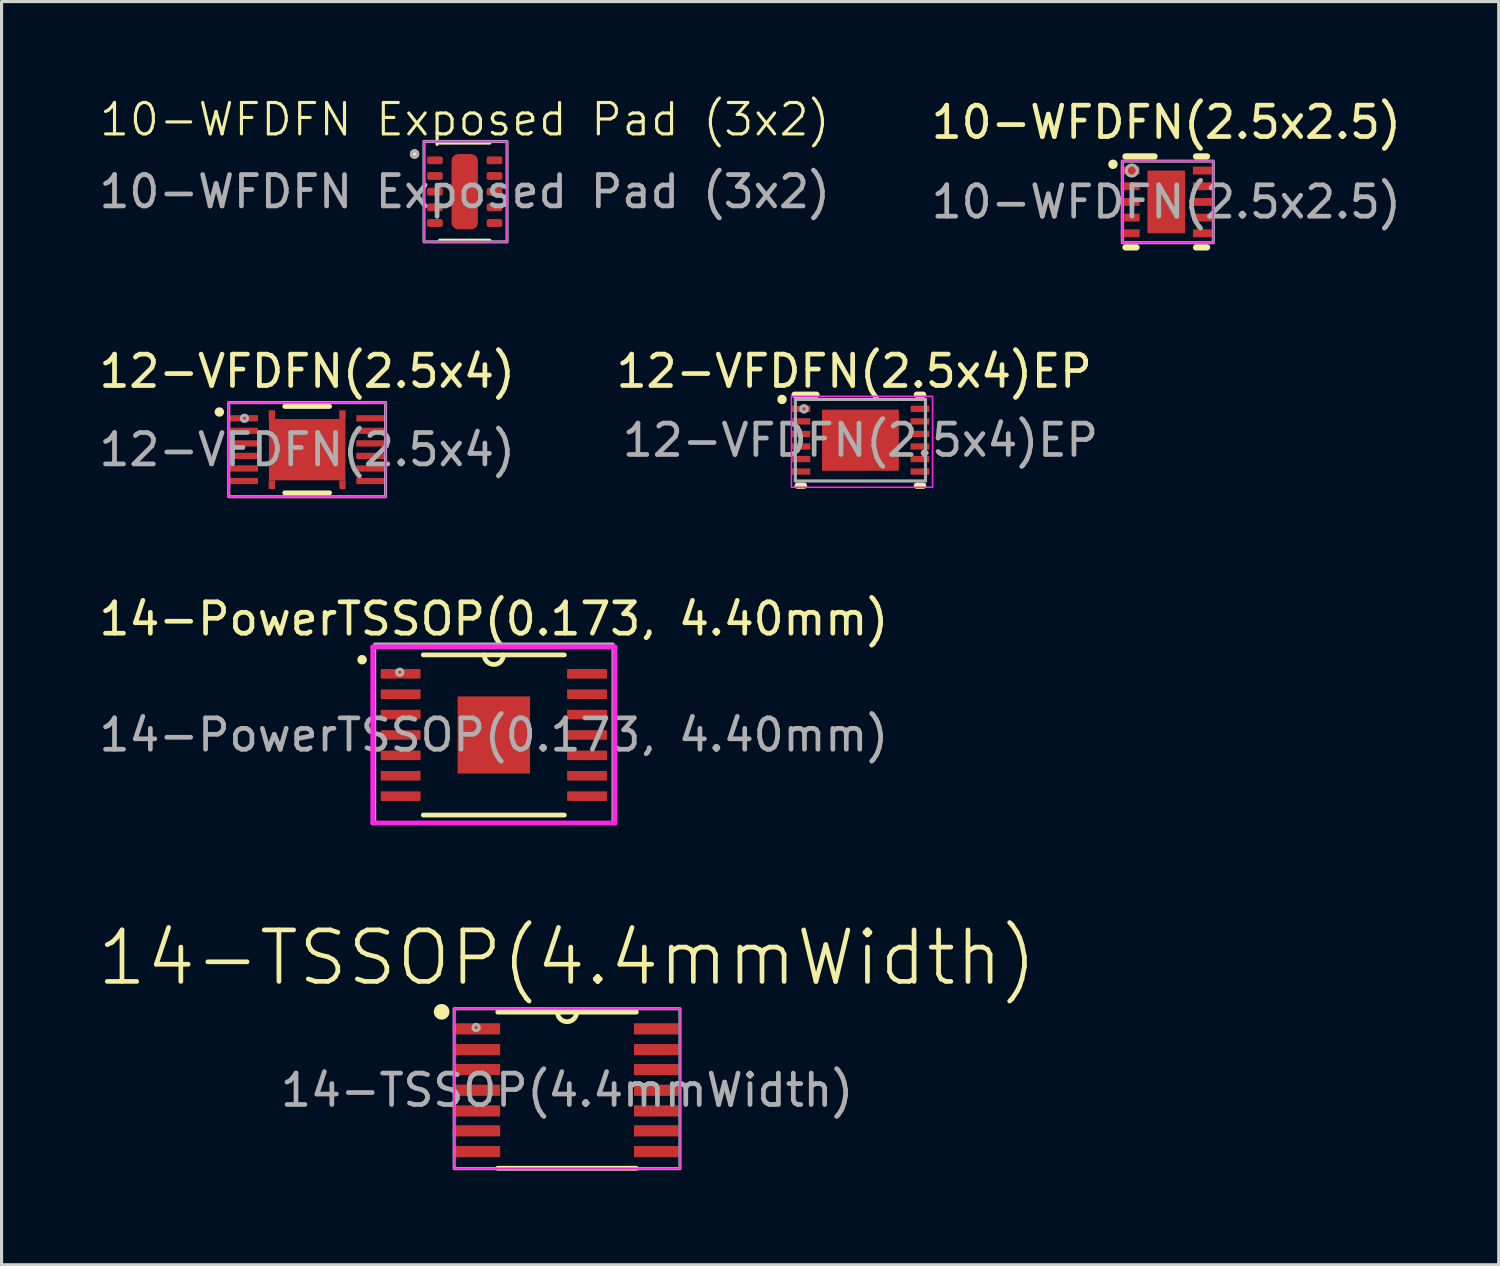
<source format=kicad_pcb>
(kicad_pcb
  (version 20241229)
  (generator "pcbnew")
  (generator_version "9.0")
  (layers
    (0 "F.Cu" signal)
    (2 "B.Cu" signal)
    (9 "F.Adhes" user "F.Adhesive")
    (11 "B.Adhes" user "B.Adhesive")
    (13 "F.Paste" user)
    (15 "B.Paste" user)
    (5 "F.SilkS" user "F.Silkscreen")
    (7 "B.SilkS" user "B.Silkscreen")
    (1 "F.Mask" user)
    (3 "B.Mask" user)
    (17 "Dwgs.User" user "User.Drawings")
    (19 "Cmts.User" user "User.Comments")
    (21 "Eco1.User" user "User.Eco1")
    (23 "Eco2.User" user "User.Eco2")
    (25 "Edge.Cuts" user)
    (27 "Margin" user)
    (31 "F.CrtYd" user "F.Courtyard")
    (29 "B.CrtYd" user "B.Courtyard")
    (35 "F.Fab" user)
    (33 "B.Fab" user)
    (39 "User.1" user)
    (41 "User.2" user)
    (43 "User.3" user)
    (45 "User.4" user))
  (footprint "14-TSSOP(4.4mmWidth)"
    (layer "F.Cu")
    (at 15.031 31.712)
    (property "Reference" "14-TSSOP(4.4mmWidth)" (at 0 -4.221 0) (layer "F.SilkS") (effects (font (size 1.642 1.642) (thickness 0.15))))
    (attr smd)
    (fp_line (start -2.21 2.489) (end 2.21 2.489) (stroke (width 0.152) (type solid)) (layer "F.SilkS"))
    (fp_line (start -0.305 -2.489) (end -2.21 -2.489) (stroke (width 0.152) (type solid)) (layer "F.SilkS"))
    (fp_line (start 0.305 -2.489) (end -0.305 -2.489) (stroke (width 0.152) (type solid)) (layer "F.SilkS"))
    (fp_line (start 2.21 -2.489) (end 0.305 -2.489) (stroke (width 0.152) (type solid)) (layer "F.SilkS"))
    (fp_arc (start 0.3048 -2.4892) (mid 0 -2.1844) (end -0.3048 -2.4892) (stroke (width 0.1524) (type solid)) (layer "F.SilkS"))
    (fp_circle (center -4 -2.5) (end -3.8 -2.5) (stroke (width 0.1) (type solid)) (fill yes) (layer "F.SilkS"))
    (fp_rect (start -3.6 -2.6) (end 3.6 2.5) (stroke (width 0.05) (type default)) (fill no) (layer "F.CrtYd"))
    (fp_rect (start -3.6 -2.6) (end 3.6 2.5) (stroke (width 0.1) (type default)) (fill no) (layer "F.Fab"))
    (fp_circle (center -2.9 -2) (end -2.8 -2) (stroke (width 0.1) (type solid)) (fill no) (layer "F.Fab"))
    (fp_text user "${REFERENCE}" (at 0 0 0) (unlocked yes) (layer "F.Fab") (effects (font (size 1 1) (thickness 0.15))))
    (pad "1" smd rect (at -2.845 -1.956) (size 1.422 0.356) (layers "F.Cu" "F.Mask" "F.Paste"))
    (pad "2" smd rect (at -2.845 -1.295) (size 1.422 0.356) (layers "F.Cu" "F.Mask" "F.Paste"))
    (pad "3" smd rect (at -2.845 -0.66) (size 1.422 0.356) (layers "F.Cu" "F.Mask" "F.Paste"))
    (pad "4" smd rect (at -2.845 0) (size 1.422 0.356) (layers "F.Cu" "F.Mask" "F.Paste"))
    (pad "5" smd rect (at -2.845 0.66) (size 1.422 0.356) (layers "F.Cu" "F.Mask" "F.Paste"))
    (pad "6" smd rect (at -2.845 1.295) (size 1.422 0.356) (layers "F.Cu" "F.Mask" "F.Paste"))
    (pad "7" smd rect (at -2.845 1.956) (size 1.422 0.356) (layers "F.Cu" "F.Mask" "F.Paste"))
    (pad "8" smd rect (at 2.845 1.956) (size 1.422 0.356) (layers "F.Cu" "F.Mask" "F.Paste"))
    (pad "9" smd rect (at 2.845 1.295) (size 1.422 0.356) (layers "F.Cu" "F.Mask" "F.Paste"))
    (pad "10" smd rect (at 2.845 0.66) (size 1.422 0.356) (layers "F.Cu" "F.Mask" "F.Paste"))
    (pad "11" smd rect (at 2.845 0) (size 1.422 0.356) (layers "F.Cu" "F.Mask" "F.Paste"))
    (pad "12" smd rect (at 2.845 -0.66) (size 1.422 0.356) (layers "F.Cu" "F.Mask" "F.Paste"))
    (pad "13" smd rect (at 2.845 -1.295) (size 1.422 0.356) (layers "F.Cu" "F.Mask" "F.Paste"))
    (pad "14" smd rect (at 2.845 -1.956) (size 1.422 0.356) (layers "F.Cu" "F.Mask" "F.Paste")))
  (footprint "12-VFDFN(2.5x4)EP"
    (layer "F.Cu")
    (at 24.385 10.986)
    (property "Reference" "12-VFDFN(2.5x4)EP" (at -0.2 -2.2 0) (unlocked yes) (layer "F.SilkS") (effects (font (size 1 1) (thickness 0.15))))
    (attr smd)
    (fp_line (start -2.1 -1.45) (end -1.4 -1.45) (stroke (width 0.2) (type solid)) (layer "F.SilkS"))
    (fp_line (start -2 1.45) (end -1.8 1.45) (stroke (width 0.2) (type solid)) (layer "F.SilkS"))
    (fp_line (start 1.8 -1.45) (end 2 -1.45) (stroke (width 0.2) (type solid)) (layer "F.SilkS"))
    (fp_line (start 1.8 1.45) (end 2 1.45) (stroke (width 0.2) (type solid)) (layer "F.SilkS"))
    (fp_circle (center -2.5 -1.3) (end -2.4 -1.3) (stroke (width 0.1) (type solid)) (fill yes) (layer "F.SilkS"))
    (fp_poly (pts (xy -0.1 -0.872) (xy -1.184 -0.872) (xy -1.184 0.872) (xy -0.1 0.872)) (stroke (width 0) (type solid)) (fill yes) (layer "F.Paste"))
    (fp_poly (pts (xy 0.1 0.872) (xy 1.184 0.872) (xy 1.184 -0.872) (xy 0.1 -0.872)) (stroke (width 0) (type solid)) (fill yes) (layer "F.Paste"))
    (fp_rect (start -2.2 -1.4) (end 2.3 1.5) (stroke (width 0.05) (type default)) (fill no) (layer "F.CrtYd"))
    (fp_line (start -2.075 -1.3) (end 2.075 -1.3) (stroke (width 0.1) (type solid)) (layer "F.Fab"))
    (fp_line (start -2.075 1.3) (end -2.075 -1.3) (stroke (width 0.1) (type solid)) (layer "F.Fab"))
    (fp_line (start -2.075 1.3) (end 2.075 1.3) (stroke (width 0.1) (type solid)) (layer "F.Fab"))
    (fp_line (start 2.075 1.3) (end 2.075 -1.3) (stroke (width 0.1) (type solid)) (layer "F.Fab"))
    (fp_circle (center -1.8 -1) (end -1.697 -1) (stroke (width 0.1) (type solid)) (fill no) (layer "F.Fab"))
    (fp_text user "${REFERENCE}" (at 0 0 0) (unlocked yes) (layer "F.Fab") (effects (font (size 1 1) (thickness 0.15))))
    (pad "1" smd rect (at -1.9 -1 90) (size 0.2 0.6) (layers "F.Cu" "F.Mask" "F.Paste"))
    (pad "2" smd rect (at -1.9 -0.6 90) (size 0.2 0.6) (layers "F.Cu" "F.Mask" "F.Paste"))
    (pad "3" smd rect (at -1.9 -0.2 90) (size 0.2 0.6) (layers "F.Cu" "F.Mask" "F.Paste"))
    (pad "4" smd rect (at -1.9 0.2 90) (size 0.2 0.6) (layers "F.Cu" "F.Mask" "F.Paste"))
    (pad "5" smd rect (at -1.9 0.6 90) (size 0.2 0.6) (layers "F.Cu" "F.Mask" "F.Paste"))
    (pad "6" smd rect (at -1.9 1 90) (size 0.2 0.6) (layers "F.Cu" "F.Mask" "F.Paste"))
    (pad "7" smd rect (at 1.9 1 90) (size 0.2 0.6) (layers "F.Cu" "F.Mask" "F.Paste"))
    (pad "8" smd rect (at 1.9 0.6 90) (size 0.2 0.6) (layers "F.Cu" "F.Mask" "F.Paste"))
    (pad "9" smd rect (at 1.9 0.2 90) (size 0.2 0.6) (layers "F.Cu" "F.Mask" "F.Paste"))
    (pad "10" smd rect (at 1.9 -0.2 90) (size 0.2 0.6) (layers "F.Cu" "F.Mask" "F.Paste"))
    (pad "11" smd rect (at 1.9 -0.6 90) (size 0.2 0.6) (layers "F.Cu" "F.Mask" "F.Paste"))
    (pad "12" smd rect (at 1.9 -1 90) (size 0.2 0.6) (layers "F.Cu" "F.Mask" "F.Paste"))
    (pad "13" smd rect (at 0 -0.000003) (size 2.45 1.95) (layers "F.Cu" "F.Mask" "F.Paste")))
  (footprint "14-PowerTSSOP(0.173, 4.40mm)"
    (layer "F.Cu")
    (at 12.696 20.385)
    (property "Reference" "14-PowerTSSOP(0.173, 4.40mm)" (at 0 -3.7 0) (unlocked yes) (layer "F.SilkS") (effects (font (size 1 1) (thickness 0.15))))
    (attr smd)
    (fp_line (start -2.248 2.553) (end 2.248 2.553) (stroke (width 0.152) (type solid)) (layer "F.SilkS"))
    (fp_line (start 2.248 -2.553) (end -2.248 -2.553) (stroke (width 0.152) (type solid)) (layer "F.SilkS"))
    (fp_arc (start 0.3048 -2.5527) (mid 0 -2.2479) (end -0.3048 -2.5527) (stroke (width 0.1524) (type solid)) (layer "F.SilkS"))
    (fp_circle (center -4.2 -2.4) (end -4.1 -2.4) (stroke (width 0.1) (type solid)) (fill yes) (layer "F.SilkS"))
    (fp_line (start -3.861 -2.807) (end 3.861 -2.807) (stroke (width 0.152) (type solid)) (layer "F.CrtYd"))
    (fp_line (start -3.861 2.807) (end -3.861 -2.807) (stroke (width 0.152) (type solid)) (layer "F.CrtYd"))
    (fp_line (start 3.861 -2.807) (end 3.861 2.807) (stroke (width 0.152) (type solid)) (layer "F.CrtYd"))
    (fp_line (start 3.861 2.807) (end -3.861 2.807) (stroke (width 0.152) (type solid)) (layer "F.CrtYd"))
    (fp_rect (start -3.8 -2.9) (end 3.8 2.8) (stroke (width 0.1) (type default)) (fill no) (layer "F.Fab"))
    (fp_circle (center -3 -2) (end -2.9 -2) (stroke (width 0.1) (type solid)) (fill no) (layer "F.Fab"))
    (fp_text user "${REFERENCE}" (at 0 0 0) (unlocked yes) (layer "F.Fab") (effects (font (size 1 1) (thickness 0.15))))
    (pad "1" smd rect (at -2.972 -1.95) (size 1.27 0.305) (layers "F.Cu" "F.Mask" "F.Paste"))
    (pad "2" smd rect (at -2.972 -1.3) (size 1.27 0.305) (layers "F.Cu" "F.Mask" "F.Paste"))
    (pad "3" smd rect (at -2.972 -0.65) (size 1.27 0.305) (layers "F.Cu" "F.Mask" "F.Paste"))
    (pad "4" smd rect (at -2.972 0) (size 1.27 0.305) (layers "F.Cu" "F.Mask" "F.Paste"))
    (pad "5" smd rect (at -2.972 0.65) (size 1.27 0.305) (layers "F.Cu" "F.Mask" "F.Paste"))
    (pad "6" smd rect (at -2.972 1.3) (size 1.27 0.305) (layers "F.Cu" "F.Mask" "F.Paste"))
    (pad "7" smd rect (at -2.972 1.95) (size 1.27 0.305) (layers "F.Cu" "F.Mask" "F.Paste"))
    (pad "8" smd rect (at 2.972 1.95) (size 1.27 0.305) (layers "F.Cu" "F.Mask" "F.Paste"))
    (pad "9" smd rect (at 2.972 1.3) (size 1.27 0.305) (layers "F.Cu" "F.Mask" "F.Paste"))
    (pad "10" smd rect (at 2.972 0.65) (size 1.27 0.305) (layers "F.Cu" "F.Mask" "F.Paste"))
    (pad "11" smd rect (at 2.972 0) (size 1.27 0.305) (layers "F.Cu" "F.Mask" "F.Paste"))
    (pad "12" smd rect (at 2.972 -0.65) (size 1.27 0.305) (layers "F.Cu" "F.Mask" "F.Paste"))
    (pad "13" smd rect (at 2.972 -1.3) (size 1.27 0.305) (layers "F.Cu" "F.Mask" "F.Paste"))
    (pad "14" smd rect (at 2.972 -1.95) (size 1.27 0.305) (layers "F.Cu" "F.Mask" "F.Paste"))
    (pad "15" smd rect (at 0 0) (size 2.31 2.46) (layers "F.Cu" "F.Mask" "F.Paste")))
  (footprint "10-WFDFN(2.5x2.5)"
    (layer "F.Cu")
    (at 34.137 3.388)
    (property "Reference" "10-WFDFN(2.5x2.5)" (at 0 -2.54 0) (unlocked yes) (layer "F.SilkS") (effects (font (size 1 1) (thickness 0.15))))
    (attr smd)
    (fp_poly (pts (xy -0.663 -0.594) (xy -0.663 -1.064) (xy 0.663 -1.064) (xy 0.663 -0.594)) (stroke (width 0) (type solid)) (fill yes) (layer "F.Mask"))
    (fp_poly (pts (xy -0.663 0.194) (xy -0.663 -0.194) (xy 0.663 -0.194) (xy 0.663 0.194)) (stroke (width 0) (type solid)) (fill yes) (layer "F.Mask"))
    (fp_poly (pts (xy -0.663 1.064) (xy -0.663 -1.064) (xy -0.2 -1.064) (xy -0.2 1.064)) (stroke (width 0) (type solid)) (fill yes) (layer "F.Mask"))
    (fp_poly (pts (xy -0.663 1.064) (xy -0.663 0.594) (xy 0.663 0.594) (xy 0.663 1.064)) (stroke (width 0) (type solid)) (fill yes) (layer "F.Mask"))
    (fp_poly (pts (xy 0.2 1.064) (xy 0.2 -1.064) (xy 0.663 -1.064) (xy 0.663 1.064)) (stroke (width 0) (type solid)) (fill yes) (layer "F.Mask"))
    (fp_line (start -1.3 -1.45) (end -0.375 -1.45) (stroke (width 0.2) (type solid)) (layer "F.SilkS"))
    (fp_line (start -1.3 1.45) (end -0.95 1.45) (stroke (width 0.2) (type solid)) (layer "F.SilkS"))
    (fp_line (start 0.95 -1.45) (end 1.3 -1.45) (stroke (width 0.2) (type solid)) (layer "F.SilkS"))
    (fp_line (start 0.95 1.45) (end 1.3 1.45) (stroke (width 0.2) (type solid)) (layer "F.SilkS"))
    (fp_circle (center -1.7 -1.2) (end -1.6 -1.2) (stroke (width 0.1) (type solid)) (fill yes) (layer "F.SilkS"))
    (fp_poly (pts (xy -0.563 0.894) (xy 0.563 0.894) (xy 0.563 -0.895) (xy -0.563 -0.895)) (stroke (width 0) (type solid)) (fill yes) (layer "F.Paste"))
    (fp_rect (start -1.4 -1.3) (end 1.5 1.3) (stroke (width 0.05) (type default)) (fill no) (layer "F.CrtYd"))
    (fp_rect (start -1.4 -1.3) (end 1.5 1.3) (stroke (width 0.1) (type default)) (fill no) (layer "F.Fab"))
    (fp_circle (center -1.1 -1) (end -0.925 -1) (stroke (width 0.1) (type solid)) (fill no) (layer "F.Fab"))
    (fp_text user "${REFERENCE}" (at 0 0 0) (unlocked yes) (layer "F.Fab") (effects (font (size 1 1) (thickness 0.15))))
    (pad "1" smd rect (at -1.15 -1 90) (size 0.25 0.6) (layers "F.Cu" "F.Mask" "F.Paste"))
    (pad "2" smd rect (at -1.15 -0.5 90) (size 0.25 0.6) (layers "F.Cu" "F.Mask" "F.Paste"))
    (pad "3" smd rect (at -1.15 -0.000003 90) (size 0.25 0.6) (layers "F.Cu" "F.Mask" "F.Paste"))
    (pad "4" smd rect (at -1.15 0.5 90) (size 0.25 0.6) (layers "F.Cu" "F.Mask" "F.Paste"))
    (pad "5" smd rect (at -1.15 1 90) (size 0.25 0.6) (layers "F.Cu" "F.Mask" "F.Paste"))
    (pad "6" smd rect (at 1.15 1 90) (size 0.25 0.6) (layers "F.Cu" "F.Mask" "F.Paste"))
    (pad "7" smd rect (at 1.15 0.5 90) (size 0.25 0.6) (layers "F.Cu" "F.Mask" "F.Paste"))
    (pad "8" smd rect (at 1.15 -0.000003 90) (size 0.25 0.6) (layers "F.Cu" "F.Mask" "F.Paste"))
    (pad "9" smd rect (at 1.15 -0.5 90) (size 0.25 0.6) (layers "F.Cu" "F.Mask" "F.Paste"))
    (pad "10" smd rect (at 1.15 -1 90) (size 0.25 0.6) (layers "F.Cu" "F.Mask" "F.Paste"))
    (pad "11" smd rect (at 0 0) (size 1.2 2) (layers "F.Cu" "F.Mask" "F.Paste")))
  (footprint "12-VFDFN(2.5x4)"
    (layer "F.Cu")
    (at 6.744 11.287)
    (property "Reference" "12-VFDFN(2.5x4)" (at 0 -2.5 0) (unlocked yes) (layer "F.SilkS") (effects (font (size 1 1) (thickness 0.15))))
    (attr smd)
    (fp_poly (pts (xy -1.228 -0.978) (xy -1.228 -1.257) (xy -1.025 -1.257) (xy -1.025 -0.978)) (stroke (width 0) (type solid)) (fill yes) (layer "F.Cu"))
    (fp_poly (pts (xy -1.228 0.978) (xy -1.228 1.257) (xy -1.025 1.257) (xy -1.025 0.978)) (stroke (width 0) (type solid)) (fill yes) (layer "F.Cu"))
    (fp_poly (pts (xy 1.228 -0.978) (xy 1.228 -1.257) (xy 1.025 -1.257) (xy 1.025 -0.978)) (stroke (width 0) (type solid)) (fill yes) (layer "F.Cu"))
    (fp_poly (pts (xy 1.228 0.978) (xy 1.228 1.257) (xy 1.025 1.257) (xy 1.025 0.978)) (stroke (width 0) (type solid)) (fill yes) (layer "F.Cu"))
    (fp_poly (pts (xy -1.228 -0.978) (xy -1.228 -1.257) (xy -1.025 -1.257) (xy -1.025 -0.978)) (stroke (width 0) (type solid)) (fill yes) (layer "F.Mask"))
    (fp_poly (pts (xy -1.228 0.978) (xy -1.228 1.257) (xy -1.025 1.257) (xy -1.025 0.978)) (stroke (width 0) (type solid)) (fill yes) (layer "F.Mask"))
    (fp_poly (pts (xy 1.228 -0.978) (xy 1.228 -1.257) (xy 1.025 -1.257) (xy 1.025 -0.978)) (stroke (width 0) (type solid)) (fill yes) (layer "F.Mask"))
    (fp_poly (pts (xy 1.228 0.978) (xy 1.228 1.257) (xy 1.025 1.257) (xy 1.025 0.978)) (stroke (width 0) (type solid)) (fill yes) (layer "F.Mask"))
    (fp_line (start -0.715 1.377) (end 0.715 1.377) (stroke (width 0.152) (type solid)) (layer "F.SilkS"))
    (fp_line (start 0.715 -1.377) (end -0.715 -1.377) (stroke (width 0.152) (type solid)) (layer "F.SilkS"))
    (fp_circle (center -2.8 -1.2) (end -2.9 -1.2) (stroke (width 0.1) (type solid)) (fill yes) (layer "F.SilkS"))
    (fp_poly (pts (xy -1.228 -0.978) (xy -1.228 -1.257) (xy -1.025 -1.257) (xy -1.025 -0.978)) (stroke (width 0) (type solid)) (fill yes) (layer "F.Paste"))
    (fp_poly (pts (xy -1.228 0.978) (xy -1.228 1.257) (xy -1.025 1.257) (xy -1.025 0.978)) (stroke (width 0) (type solid)) (fill yes) (layer "F.Paste"))
    (fp_poly (pts (xy 1.228 -0.978) (xy 1.228 -1.257) (xy 1.025 -1.257) (xy 1.025 -0.978)) (stroke (width 0) (type solid)) (fill yes) (layer "F.Paste"))
    (fp_poly (pts (xy 1.228 0.978) (xy 1.228 1.257) (xy 1.025 1.257) (xy 1.025 0.978)) (stroke (width 0) (type solid)) (fill yes) (layer "F.Paste"))
    (fp_rect (start -2.5 -1.5) (end 2.5 1.5) (stroke (width 0.05) (type default)) (fill no) (layer "F.CrtYd"))
    (fp_rect (start -2.5 -1.5) (end 2.5 1.5) (stroke (width 0.1) (type default)) (fill no) (layer "F.Fab"))
    (fp_circle (center -2 -1) (end -2.1 -1) (stroke (width 0.1) (type default)) (fill no) (layer "F.Fab"))
    (fp_text user "${REFERENCE}" (at 0 0 0) (unlocked yes) (layer "F.Fab") (effects (font (size 1 1) (thickness 0.15))))
    (pad "1" smd rect (at -2.024 -1) (size 0.914 0.199) (layers "F.Cu" "F.Mask" "F.Paste"))
    (pad "2" smd rect (at -2.024 -0.6) (size 0.914 0.199) (layers "F.Cu" "F.Mask" "F.Paste"))
    (pad "3" smd rect (at -2.024 -0.2) (size 0.914 0.199) (layers "F.Cu" "F.Mask" "F.Paste"))
    (pad "4" smd rect (at -2.024 0.2) (size 0.914 0.199) (layers "F.Cu" "F.Mask" "F.Paste"))
    (pad "5" smd rect (at -2.024 0.6) (size 0.914 0.199) (layers "F.Cu" "F.Mask" "F.Paste"))
    (pad "6" smd rect (at -2.024 1) (size 0.914 0.199) (layers "F.Cu" "F.Mask" "F.Paste"))
    (pad "7" smd rect (at 2.024 1) (size 0.914 0.199) (layers "F.Cu" "F.Mask" "F.Paste"))
    (pad "8" smd rect (at 2.024 0.6) (size 0.914 0.199) (layers "F.Cu" "F.Mask" "F.Paste"))
    (pad "9" smd rect (at 2.024 0.2) (size 0.914 0.199) (layers "F.Cu" "F.Mask" "F.Paste"))
    (pad "10" smd rect (at 2.024 -0.2) (size 0.914 0.199) (layers "F.Cu" "F.Mask" "F.Paste"))
    (pad "11" smd rect (at 2.024 -0.6) (size 0.914 0.199) (layers "F.Cu" "F.Mask" "F.Paste"))
    (pad "12" smd rect (at 2.024 -1) (size 0.914 0.199) (layers "F.Cu" "F.Mask" "F.Paste"))
    (pad "13" smd rect (at 0 0) (size 2.438 1.956) (layers "F.Cu" "F.Mask" "F.Paste")))
  (footprint "10-WFDFN Exposed Pad (3x2)"
    (layer "F.Cu")
    (at 11.768 3.061)
    (property "Reference" "10-WFDFN Exposed Pad (3x2)" (at 0 -2.3 0) (unlocked yes) (layer "F.SilkS") (effects (font (size 1 1) (thickness 0.1))))
    (attr smd)
    (fp_line (start -0.8 -1.55) (end 0.8 -1.55) (stroke (width 0.1) (type default)) (layer "F.SilkS"))
    (fp_line (start -0.8 1.55) (end 0.8 1.55) (stroke (width 0.1) (type default)) (layer "F.SilkS"))
    (fp_circle (center -1.6 -1.2) (end -1.5 -1.2) (stroke (width 0.1) (type solid)) (fill yes) (layer "F.SilkS"))
    (fp_rect (start -1.3 -1.6) (end 1.35 1.6) (stroke (width 0.05) (type default)) (fill no) (layer "F.CrtYd"))
    (fp_rect (start -1.3 -1.6) (end 1.35 1.6) (stroke (width 0.1) (type default)) (fill no) (layer "F.Fab"))
    (fp_circle (center -1.6 -1.2) (end -1.5 -1.2) (stroke (width 0.1) (type solid)) (fill no) (layer "F.Fab"))
    (fp_text user "${REFERENCE}" (at 0 0 0) (unlocked yes) (layer "F.Fab") (effects (font (size 1 1) (thickness 0.15))))
    (pad "1" smd roundrect (at -0.95 -1) (size 0.5 0.25) (layers "F.Cu" "F.Mask" "F.Paste") (roundrect_rratio 0.25))
    (pad "2" smd roundrect (at -0.95 -0.5) (size 0.5 0.25) (layers "F.Cu" "F.Mask" "F.Paste") (roundrect_rratio 0.25))
    (pad "3" smd roundrect (at -0.95 0) (size 0.5 0.25) (layers "F.Cu" "F.Mask" "F.Paste") (roundrect_rratio 0.25))
    (pad "4" smd roundrect (at -0.95 0.5) (size 0.5 0.25) (layers "F.Cu" "F.Mask" "F.Paste") (roundrect_rratio 0.25))
    (pad "5" smd roundrect (at -0.95 1) (size 0.5 0.25) (layers "F.Cu" "F.Mask" "F.Paste") (roundrect_rratio 0.25))
    (pad "6" smd roundrect (at 0.95 1) (size 0.5 0.25) (layers "F.Cu" "F.Mask" "F.Paste") (roundrect_rratio 0.25))
    (pad "7" smd roundrect (at 0.95 0.5) (size 0.5 0.25) (layers "F.Cu" "F.Mask" "F.Paste") (roundrect_rratio 0.25))
    (pad "8" smd roundrect (at 0.95 0) (size 0.5 0.25) (layers "F.Cu" "F.Mask" "F.Paste") (roundrect_rratio 0.25))
    (pad "9" smd roundrect (at 0.95 -0.5) (size 0.5 0.25) (layers "F.Cu" "F.Mask" "F.Paste") (roundrect_rratio 0.25))
    (pad "10" smd roundrect (at 0.95 -1) (size 0.5 0.25) (layers "F.Cu" "F.Mask" "F.Paste") (roundrect_rratio 0.25))
    (pad "11" smd roundrect (at 0 0) (size 0.84 2.4) (layers "F.Cu" "F.Mask" "F.Paste") (roundrect_rratio 0.25)))
  (gr_rect
    (start -3 -3)
    (end 44.738 37.277)
    (stroke (width 0.1) (type default))
    (fill no)
    (layer "Edge.Cuts")))
</source>
